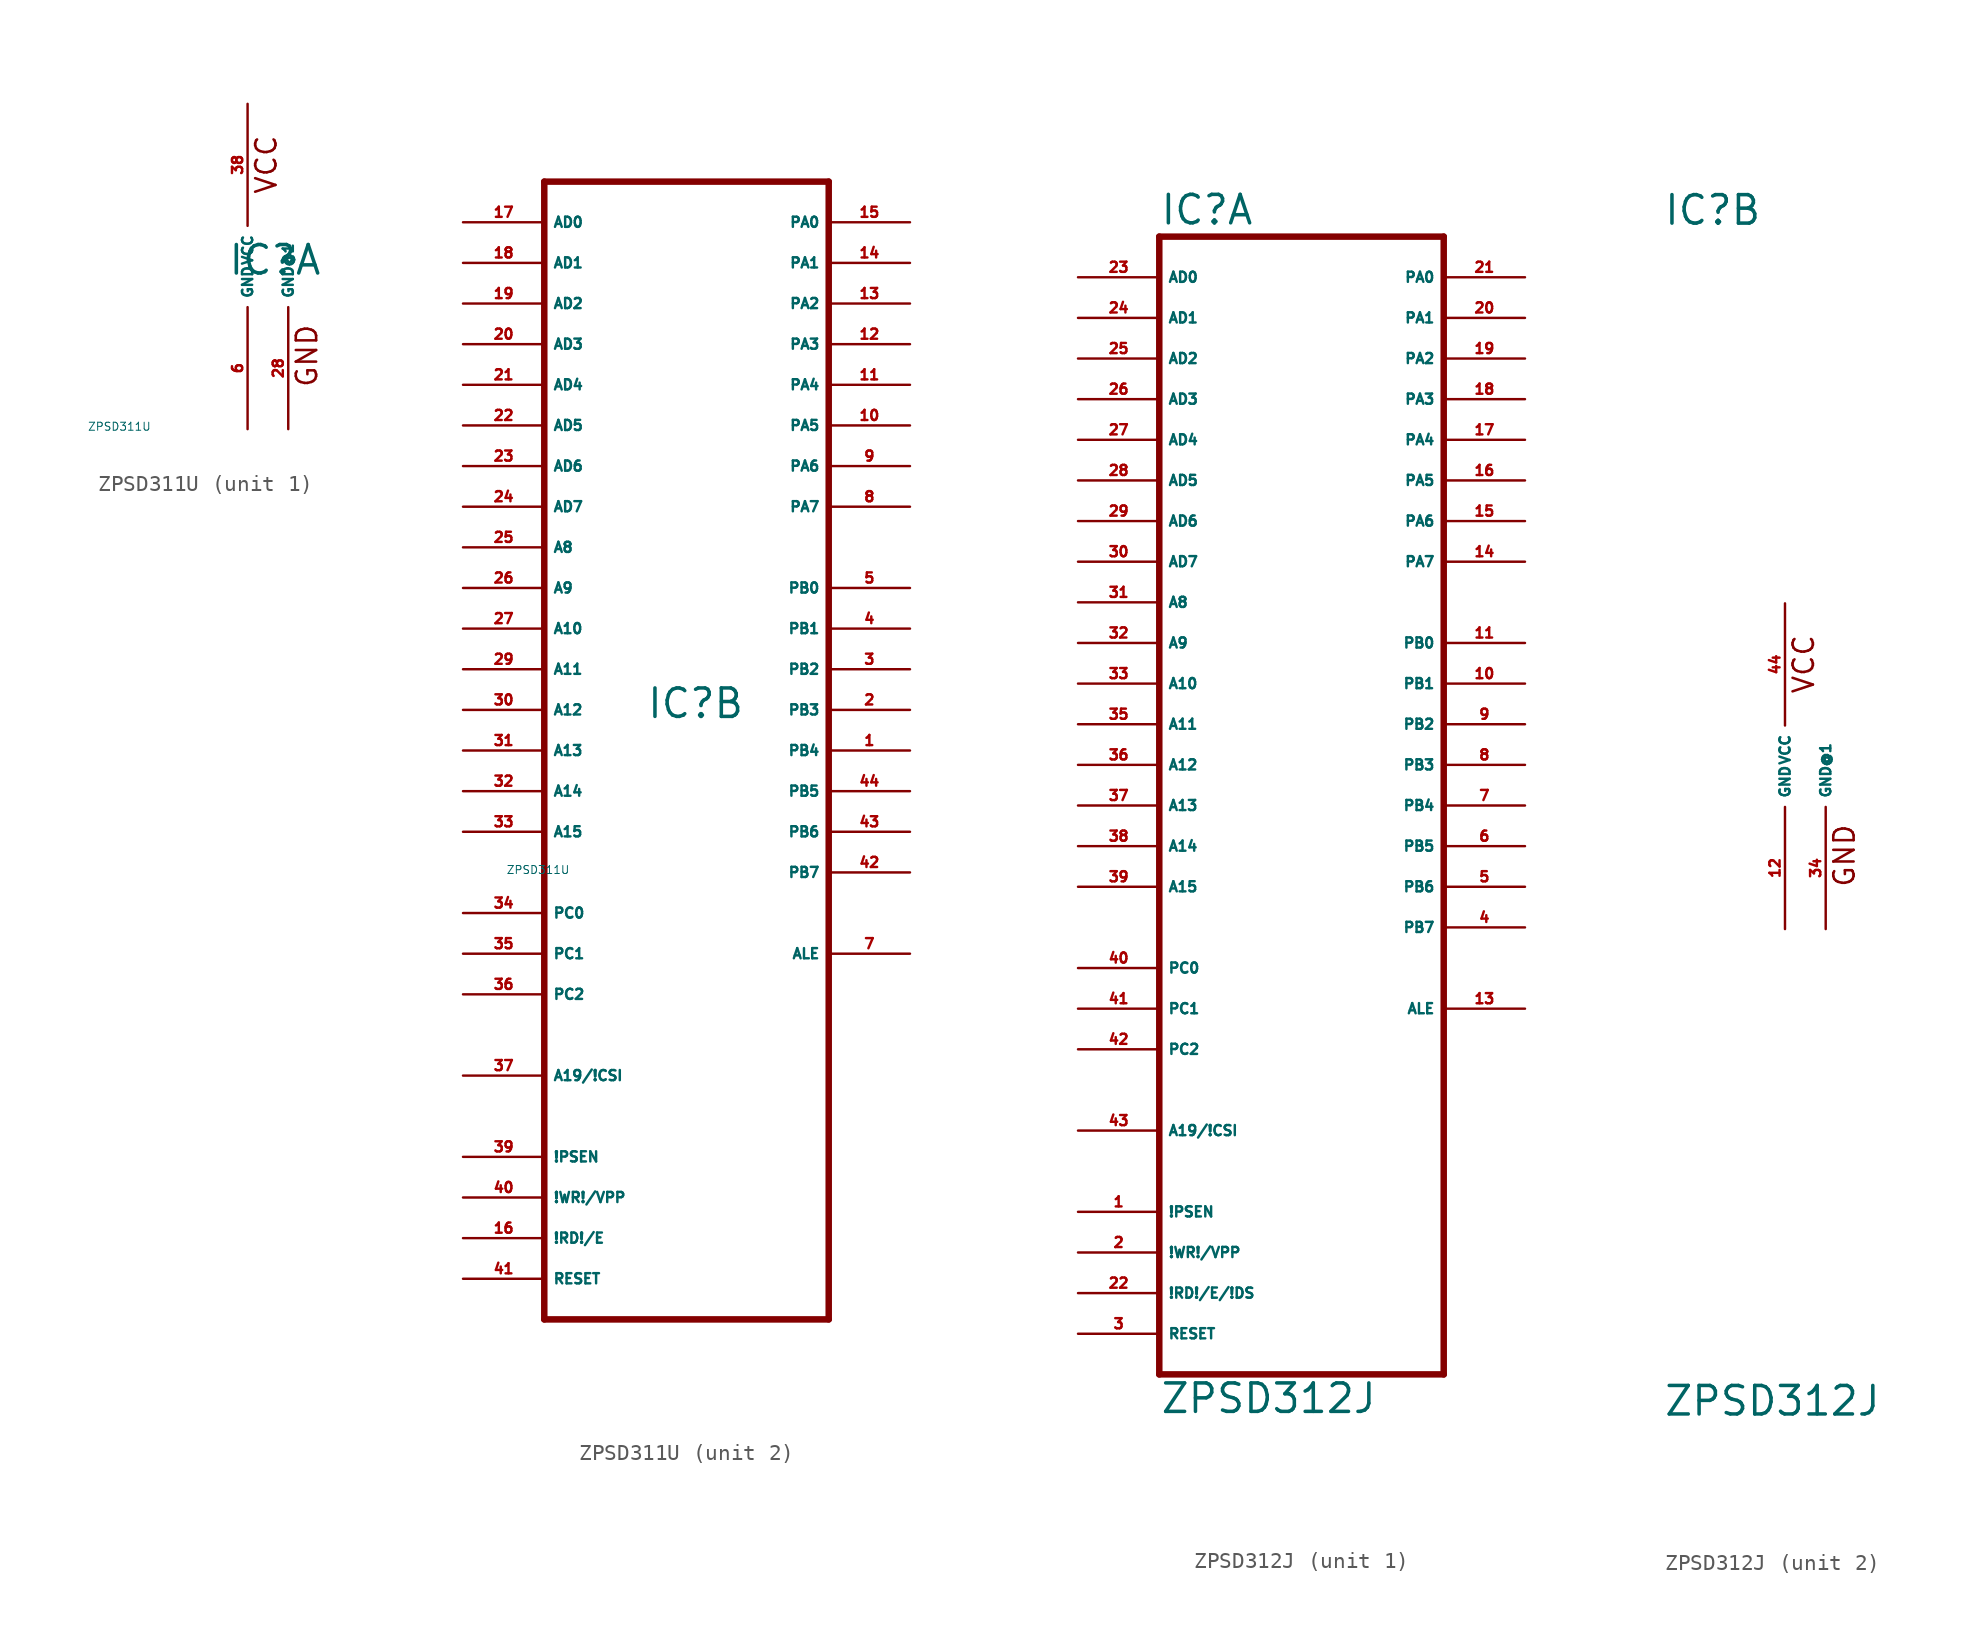
<source format=kicad_sym>
(kicad_symbol_lib
  (version 20220914)
  (generator Eagle2Kicad)
  (symbol "ZPSD311U"
    (property "Reference" "IC"
      (at -1.27 -0.635 0)
      (effects (font (size 1.778 1.778) (thickness 0.22)) (justify left bottom)))
    (property "Value" "ZPSD311U"
      (at -10 -10 0)
      (effects (font (size 0.5 0.5) (thickness 0.06)) (justify left)))
    (symbol "ZPSD311U_1_0"
      (text "VCC" (at 1.905 4.445 900) (effects (font (size 1.27 1.27) (thickness 0.16)) (justify left bottom)))
      (text "GND" (at 4.445 -7.62 900) (effects (font (size 1.27 1.27) (thickness 0.16)) (justify left bottom)))
      (pin unspecified line (at 0 10.16 270) (length 7.62) (name "VCC" (effects (font (size 0.635 0.635) (thickness 0.08)) (justify left bottom))) (number "38" (effects (font (size 0.635 0.635) (thickness 0.08)) (justify left bottom))))
      (pin unspecified line (at 0 -10.16 90) (length 7.62) (name "GND" (effects (font (size 0.635 0.635) (thickness 0.08)) (justify left bottom))) (number "6" (effects (font (size 0.635 0.635) (thickness 0.08)) (justify left bottom))))
      (pin unspecified line (at 2.54 -10.16 90) (length 7.62) (name "GND@1" (effects (font (size 0.635 0.635) (thickness 0.08)) (justify left bottom))) (number "28" (effects (font (size 0.635 0.635) (thickness 0.08)) (justify left bottom)))))
    (symbol "ZPSD311U_2_0"
      (polyline (pts (xy -7.62 -38.1) (xy 10.16 -38.1)) (stroke (width 0.406) (type default)) (fill (type none)))
      (polyline (pts (xy 10.16 -38.1) (xy 10.16 33.02)) (stroke (width 0.406) (type default)) (fill (type none)))
      (polyline (pts (xy 10.16 33.02) (xy -7.62 33.02)) (stroke (width 0.406) (type default)) (fill (type none)))
      (polyline (pts (xy -7.62 33.02) (xy -7.62 -38.1)) (stroke (width 0.406) (type default)) (fill (type none)))
      (pin input line (at -12.7 30.48 0) (length 5.08) (name "AD0" (effects (font (size 0.635 0.635) (thickness 0.08)) (justify left bottom))) (number "17" (effects (font (size 0.635 0.635) (thickness 0.08)) (justify left bottom))))
      (pin input line (at -12.7 27.94 0) (length 5.08) (name "AD1" (effects (font (size 0.635 0.635) (thickness 0.08)) (justify left bottom))) (number "18" (effects (font (size 0.635 0.635) (thickness 0.08)) (justify left bottom))))
      (pin input line (at -12.7 25.4 0) (length 5.08) (name "AD2" (effects (font (size 0.635 0.635) (thickness 0.08)) (justify left bottom))) (number "19" (effects (font (size 0.635 0.635) (thickness 0.08)) (justify left bottom))))
      (pin input line (at -12.7 22.86 0) (length 5.08) (name "AD3" (effects (font (size 0.635 0.635) (thickness 0.08)) (justify left bottom))) (number "20" (effects (font (size 0.635 0.635) (thickness 0.08)) (justify left bottom))))
      (pin input line (at -12.7 20.32 0) (length 5.08) (name "AD4" (effects (font (size 0.635 0.635) (thickness 0.08)) (justify left bottom))) (number "21" (effects (font (size 0.635 0.635) (thickness 0.08)) (justify left bottom))))
      (pin input line (at -12.7 17.78 0) (length 5.08) (name "AD5" (effects (font (size 0.635 0.635) (thickness 0.08)) (justify left bottom))) (number "22" (effects (font (size 0.635 0.635) (thickness 0.08)) (justify left bottom))))
      (pin input line (at -12.7 15.24 0) (length 5.08) (name "AD6" (effects (font (size 0.635 0.635) (thickness 0.08)) (justify left bottom))) (number "23" (effects (font (size 0.635 0.635) (thickness 0.08)) (justify left bottom))))
      (pin input line (at -12.7 12.7 0) (length 5.08) (name "AD7" (effects (font (size 0.635 0.635) (thickness 0.08)) (justify left bottom))) (number "24" (effects (font (size 0.635 0.635) (thickness 0.08)) (justify left bottom))))
      (pin input line (at -12.7 10.16 0) (length 5.08) (name "A8" (effects (font (size 0.635 0.635) (thickness 0.08)) (justify left bottom))) (number "25" (effects (font (size 0.635 0.635) (thickness 0.08)) (justify left bottom))))
      (pin input line (at -12.7 7.62 0) (length 5.08) (name "A9" (effects (font (size 0.635 0.635) (thickness 0.08)) (justify left bottom))) (number "26" (effects (font (size 0.635 0.635) (thickness 0.08)) (justify left bottom))))
      (pin input line (at -12.7 5.08 0) (length 5.08) (name "A10" (effects (font (size 0.635 0.635) (thickness 0.08)) (justify left bottom))) (number "27" (effects (font (size 0.635 0.635) (thickness 0.08)) (justify left bottom))))
      (pin input line (at -12.7 2.54 0) (length 5.08) (name "A11" (effects (font (size 0.635 0.635) (thickness 0.08)) (justify left bottom))) (number "29" (effects (font (size 0.635 0.635) (thickness 0.08)) (justify left bottom))))
      (pin input line (at -12.7 0 0) (length 5.08) (name "A12" (effects (font (size 0.635 0.635) (thickness 0.08)) (justify left bottom))) (number "30" (effects (font (size 0.635 0.635) (thickness 0.08)) (justify left bottom))))
      (pin input line (at -12.7 -2.54 0) (length 5.08) (name "A13" (effects (font (size 0.635 0.635) (thickness 0.08)) (justify left bottom))) (number "31" (effects (font (size 0.635 0.635) (thickness 0.08)) (justify left bottom))))
      (pin input line (at -12.7 -5.08 0) (length 5.08) (name "A14" (effects (font (size 0.635 0.635) (thickness 0.08)) (justify left bottom))) (number "32" (effects (font (size 0.635 0.635) (thickness 0.08)) (justify left bottom))))
      (pin input line (at -12.7 -7.62 0) (length 5.08) (name "A15" (effects (font (size 0.635 0.635) (thickness 0.08)) (justify left bottom))) (number "33" (effects (font (size 0.635 0.635) (thickness 0.08)) (justify left bottom))))
      (pin input line (at -12.7 -12.7 0) (length 5.08) (name "PC0" (effects (font (size 0.635 0.635) (thickness 0.08)) (justify left bottom))) (number "34" (effects (font (size 0.635 0.635) (thickness 0.08)) (justify left bottom))))
      (pin input line (at -12.7 -15.24 0) (length 5.08) (name "PC1" (effects (font (size 0.635 0.635) (thickness 0.08)) (justify left bottom))) (number "35" (effects (font (size 0.635 0.635) (thickness 0.08)) (justify left bottom))))
      (pin input line (at -12.7 -17.78 0) (length 5.08) (name "PC2" (effects (font (size 0.635 0.635) (thickness 0.08)) (justify left bottom))) (number "36" (effects (font (size 0.635 0.635) (thickness 0.08)) (justify left bottom))))
      (pin input line (at -12.7 -22.86 0) (length 5.08) (name "A19/!CSI" (effects (font (size 0.635 0.635) (thickness 0.08)) (justify left bottom))) (number "37" (effects (font (size 0.635 0.635) (thickness 0.08)) (justify left bottom))))
      (pin bidirectional line (at 15.24 30.48 180) (length 5.08) (name "PA0" (effects (font (size 0.635 0.635) (thickness 0.08)) (justify left bottom))) (number "15" (effects (font (size 0.635 0.635) (thickness 0.08)) (justify left bottom))))
      (pin bidirectional line (at 15.24 27.94 180) (length 5.08) (name "PA1" (effects (font (size 0.635 0.635) (thickness 0.08)) (justify left bottom))) (number "14" (effects (font (size 0.635 0.635) (thickness 0.08)) (justify left bottom))))
      (pin bidirectional line (at 15.24 25.4 180) (length 5.08) (name "PA2" (effects (font (size 0.635 0.635) (thickness 0.08)) (justify left bottom))) (number "13" (effects (font (size 0.635 0.635) (thickness 0.08)) (justify left bottom))))
      (pin bidirectional line (at 15.24 22.86 180) (length 5.08) (name "PA3" (effects (font (size 0.635 0.635) (thickness 0.08)) (justify left bottom))) (number "12" (effects (font (size 0.635 0.635) (thickness 0.08)) (justify left bottom))))
      (pin bidirectional line (at 15.24 20.32 180) (length 5.08) (name "PA4" (effects (font (size 0.635 0.635) (thickness 0.08)) (justify left bottom))) (number "11" (effects (font (size 0.635 0.635) (thickness 0.08)) (justify left bottom))))
      (pin bidirectional line (at 15.24 17.78 180) (length 5.08) (name "PA5" (effects (font (size 0.635 0.635) (thickness 0.08)) (justify left bottom))) (number "10" (effects (font (size 0.635 0.635) (thickness 0.08)) (justify left bottom))))
      (pin bidirectional line (at 15.24 15.24 180) (length 5.08) (name "PA6" (effects (font (size 0.635 0.635) (thickness 0.08)) (justify left bottom))) (number "9" (effects (font (size 0.635 0.635) (thickness 0.08)) (justify left bottom))))
      (pin bidirectional line (at 15.24 12.7 180) (length 5.08) (name "PA7" (effects (font (size 0.635 0.635) (thickness 0.08)) (justify left bottom))) (number "8" (effects (font (size 0.635 0.635) (thickness 0.08)) (justify left bottom))))
      (pin output line (at 15.24 7.62 180) (length 5.08) (name "PB0" (effects (font (size 0.635 0.635) (thickness 0.08)) (justify left bottom))) (number "5" (effects (font (size 0.635 0.635) (thickness 0.08)) (justify left bottom))))
      (pin output line (at 15.24 5.08 180) (length 5.08) (name "PB1" (effects (font (size 0.635 0.635) (thickness 0.08)) (justify left bottom))) (number "4" (effects (font (size 0.635 0.635) (thickness 0.08)) (justify left bottom))))
      (pin output line (at 15.24 2.54 180) (length 5.08) (name "PB2" (effects (font (size 0.635 0.635) (thickness 0.08)) (justify left bottom))) (number "3" (effects (font (size 0.635 0.635) (thickness 0.08)) (justify left bottom))))
      (pin output line (at 15.24 0 180) (length 5.08) (name "PB3" (effects (font (size 0.635 0.635) (thickness 0.08)) (justify left bottom))) (number "2" (effects (font (size 0.635 0.635) (thickness 0.08)) (justify left bottom))))
      (pin output line (at 15.24 -2.54 180) (length 5.08) (name "PB4" (effects (font (size 0.635 0.635) (thickness 0.08)) (justify left bottom))) (number "1" (effects (font (size 0.635 0.635) (thickness 0.08)) (justify left bottom))))
      (pin output line (at 15.24 -5.08 180) (length 5.08) (name "PB5" (effects (font (size 0.635 0.635) (thickness 0.08)) (justify left bottom))) (number "44" (effects (font (size 0.635 0.635) (thickness 0.08)) (justify left bottom))))
      (pin output line (at 15.24 -7.62 180) (length 5.08) (name "PB6" (effects (font (size 0.635 0.635) (thickness 0.08)) (justify left bottom))) (number "43" (effects (font (size 0.635 0.635) (thickness 0.08)) (justify left bottom))))
      (pin output line (at 15.24 -10.16 180) (length 5.08) (name "PB7" (effects (font (size 0.635 0.635) (thickness 0.08)) (justify left bottom))) (number "42" (effects (font (size 0.635 0.635) (thickness 0.08)) (justify left bottom))))
      (pin output line (at 15.24 -15.24 180) (length 5.08) (name "ALE" (effects (font (size 0.635 0.635) (thickness 0.08)) (justify left bottom))) (number "7" (effects (font (size 0.635 0.635) (thickness 0.08)) (justify left bottom))))
      (pin input line (at -12.7 -27.94 0) (length 5.08) (name "!PSEN" (effects (font (size 0.635 0.635) (thickness 0.08)) (justify left bottom))) (number "39" (effects (font (size 0.635 0.635) (thickness 0.08)) (justify left bottom))))
      (pin input line (at -12.7 -30.48 0) (length 5.08) (name "!WR!/VPP" (effects (font (size 0.635 0.635) (thickness 0.08)) (justify left bottom))) (number "40" (effects (font (size 0.635 0.635) (thickness 0.08)) (justify left bottom))))
      (pin input line (at -12.7 -33.02 0) (length 5.08) (name "!RD!/E" (effects (font (size 0.635 0.635) (thickness 0.08)) (justify left bottom))) (number "16" (effects (font (size 0.635 0.635) (thickness 0.08)) (justify left bottom))))
      (pin input line (at -12.7 -35.56 0) (length 5.08) (name "RESET" (effects (font (size 0.635 0.635) (thickness 0.08)) (justify left bottom))) (number "41" (effects (font (size 0.635 0.635) (thickness 0.08)) (justify left bottom))))))
  (symbol "ZPSD312J"
    (property "Reference" "IC"
      (at -7.62 33.655 0)
      (effects (font (size 1.778 1.778) (thickness 0.22)) (justify left bottom)))
    (property "Value" "ZPSD312J"
      (at -7.62 -40.64 0)
      (effects (font (size 1.778 1.778) (thickness 0.22)) (justify left bottom)))
    (symbol "ZPSD312J_1_0"
      (polyline (pts (xy -7.62 -38.1) (xy 10.16 -38.1)) (stroke (width 0.406) (type default)) (fill (type none)))
      (polyline (pts (xy 10.16 -38.1) (xy 10.16 33.02)) (stroke (width 0.406) (type default)) (fill (type none)))
      (polyline (pts (xy 10.16 33.02) (xy -7.62 33.02)) (stroke (width 0.406) (type default)) (fill (type none)))
      (polyline (pts (xy -7.62 33.02) (xy -7.62 -38.1)) (stroke (width 0.406) (type default)) (fill (type none)))
      (pin input line (at -12.7 30.48 0) (length 5.08) (name "AD0" (effects (font (size 0.635 0.635) (thickness 0.08)) (justify left bottom))) (number "23" (effects (font (size 0.635 0.635) (thickness 0.08)) (justify left bottom))))
      (pin input line (at -12.7 27.94 0) (length 5.08) (name "AD1" (effects (font (size 0.635 0.635) (thickness 0.08)) (justify left bottom))) (number "24" (effects (font (size 0.635 0.635) (thickness 0.08)) (justify left bottom))))
      (pin input line (at -12.7 25.4 0) (length 5.08) (name "AD2" (effects (font (size 0.635 0.635) (thickness 0.08)) (justify left bottom))) (number "25" (effects (font (size 0.635 0.635) (thickness 0.08)) (justify left bottom))))
      (pin input line (at -12.7 22.86 0) (length 5.08) (name "AD3" (effects (font (size 0.635 0.635) (thickness 0.08)) (justify left bottom))) (number "26" (effects (font (size 0.635 0.635) (thickness 0.08)) (justify left bottom))))
      (pin input line (at -12.7 20.32 0) (length 5.08) (name "AD4" (effects (font (size 0.635 0.635) (thickness 0.08)) (justify left bottom))) (number "27" (effects (font (size 0.635 0.635) (thickness 0.08)) (justify left bottom))))
      (pin input line (at -12.7 17.78 0) (length 5.08) (name "AD5" (effects (font (size 0.635 0.635) (thickness 0.08)) (justify left bottom))) (number "28" (effects (font (size 0.635 0.635) (thickness 0.08)) (justify left bottom))))
      (pin input line (at -12.7 15.24 0) (length 5.08) (name "AD6" (effects (font (size 0.635 0.635) (thickness 0.08)) (justify left bottom))) (number "29" (effects (font (size 0.635 0.635) (thickness 0.08)) (justify left bottom))))
      (pin input line (at -12.7 12.7 0) (length 5.08) (name "AD7" (effects (font (size 0.635 0.635) (thickness 0.08)) (justify left bottom))) (number "30" (effects (font (size 0.635 0.635) (thickness 0.08)) (justify left bottom))))
      (pin input line (at -12.7 10.16 0) (length 5.08) (name "A8" (effects (font (size 0.635 0.635) (thickness 0.08)) (justify left bottom))) (number "31" (effects (font (size 0.635 0.635) (thickness 0.08)) (justify left bottom))))
      (pin input line (at -12.7 7.62 0) (length 5.08) (name "A9" (effects (font (size 0.635 0.635) (thickness 0.08)) (justify left bottom))) (number "32" (effects (font (size 0.635 0.635) (thickness 0.08)) (justify left bottom))))
      (pin input line (at -12.7 5.08 0) (length 5.08) (name "A10" (effects (font (size 0.635 0.635) (thickness 0.08)) (justify left bottom))) (number "33" (effects (font (size 0.635 0.635) (thickness 0.08)) (justify left bottom))))
      (pin input line (at -12.7 2.54 0) (length 5.08) (name "A11" (effects (font (size 0.635 0.635) (thickness 0.08)) (justify left bottom))) (number "35" (effects (font (size 0.635 0.635) (thickness 0.08)) (justify left bottom))))
      (pin input line (at -12.7 0 0) (length 5.08) (name "A12" (effects (font (size 0.635 0.635) (thickness 0.08)) (justify left bottom))) (number "36" (effects (font (size 0.635 0.635) (thickness 0.08)) (justify left bottom))))
      (pin input line (at -12.7 -2.54 0) (length 5.08) (name "A13" (effects (font (size 0.635 0.635) (thickness 0.08)) (justify left bottom))) (number "37" (effects (font (size 0.635 0.635) (thickness 0.08)) (justify left bottom))))
      (pin input line (at -12.7 -5.08 0) (length 5.08) (name "A14" (effects (font (size 0.635 0.635) (thickness 0.08)) (justify left bottom))) (number "38" (effects (font (size 0.635 0.635) (thickness 0.08)) (justify left bottom))))
      (pin input line (at -12.7 -7.62 0) (length 5.08) (name "A15" (effects (font (size 0.635 0.635) (thickness 0.08)) (justify left bottom))) (number "39" (effects (font (size 0.635 0.635) (thickness 0.08)) (justify left bottom))))
      (pin input line (at -12.7 -12.7 0) (length 5.08) (name "PC0" (effects (font (size 0.635 0.635) (thickness 0.08)) (justify left bottom))) (number "40" (effects (font (size 0.635 0.635) (thickness 0.08)) (justify left bottom))))
      (pin input line (at -12.7 -15.24 0) (length 5.08) (name "PC1" (effects (font (size 0.635 0.635) (thickness 0.08)) (justify left bottom))) (number "41" (effects (font (size 0.635 0.635) (thickness 0.08)) (justify left bottom))))
      (pin input line (at -12.7 -17.78 0) (length 5.08) (name "PC2" (effects (font (size 0.635 0.635) (thickness 0.08)) (justify left bottom))) (number "42" (effects (font (size 0.635 0.635) (thickness 0.08)) (justify left bottom))))
      (pin input line (at -12.7 -22.86 0) (length 5.08) (name "A19/!CSI" (effects (font (size 0.635 0.635) (thickness 0.08)) (justify left bottom))) (number "43" (effects (font (size 0.635 0.635) (thickness 0.08)) (justify left bottom))))
      (pin bidirectional line (at 15.24 30.48 180) (length 5.08) (name "PA0" (effects (font (size 0.635 0.635) (thickness 0.08)) (justify left bottom))) (number "21" (effects (font (size 0.635 0.635) (thickness 0.08)) (justify left bottom))))
      (pin bidirectional line (at 15.24 27.94 180) (length 5.08) (name "PA1" (effects (font (size 0.635 0.635) (thickness 0.08)) (justify left bottom))) (number "20" (effects (font (size 0.635 0.635) (thickness 0.08)) (justify left bottom))))
      (pin bidirectional line (at 15.24 25.4 180) (length 5.08) (name "PA2" (effects (font (size 0.635 0.635) (thickness 0.08)) (justify left bottom))) (number "19" (effects (font (size 0.635 0.635) (thickness 0.08)) (justify left bottom))))
      (pin bidirectional line (at 15.24 22.86 180) (length 5.08) (name "PA3" (effects (font (size 0.635 0.635) (thickness 0.08)) (justify left bottom))) (number "18" (effects (font (size 0.635 0.635) (thickness 0.08)) (justify left bottom))))
      (pin bidirectional line (at 15.24 20.32 180) (length 5.08) (name "PA4" (effects (font (size 0.635 0.635) (thickness 0.08)) (justify left bottom))) (number "17" (effects (font (size 0.635 0.635) (thickness 0.08)) (justify left bottom))))
      (pin bidirectional line (at 15.24 17.78 180) (length 5.08) (name "PA5" (effects (font (size 0.635 0.635) (thickness 0.08)) (justify left bottom))) (number "16" (effects (font (size 0.635 0.635) (thickness 0.08)) (justify left bottom))))
      (pin bidirectional line (at 15.24 15.24 180) (length 5.08) (name "PA6" (effects (font (size 0.635 0.635) (thickness 0.08)) (justify left bottom))) (number "15" (effects (font (size 0.635 0.635) (thickness 0.08)) (justify left bottom))))
      (pin bidirectional line (at 15.24 12.7 180) (length 5.08) (name "PA7" (effects (font (size 0.635 0.635) (thickness 0.08)) (justify left bottom))) (number "14" (effects (font (size 0.635 0.635) (thickness 0.08)) (justify left bottom))))
      (pin output line (at 15.24 7.62 180) (length 5.08) (name "PB0" (effects (font (size 0.635 0.635) (thickness 0.08)) (justify left bottom))) (number "11" (effects (font (size 0.635 0.635) (thickness 0.08)) (justify left bottom))))
      (pin output line (at 15.24 5.08 180) (length 5.08) (name "PB1" (effects (font (size 0.635 0.635) (thickness 0.08)) (justify left bottom))) (number "10" (effects (font (size 0.635 0.635) (thickness 0.08)) (justify left bottom))))
      (pin output line (at 15.24 2.54 180) (length 5.08) (name "PB2" (effects (font (size 0.635 0.635) (thickness 0.08)) (justify left bottom))) (number "9" (effects (font (size 0.635 0.635) (thickness 0.08)) (justify left bottom))))
      (pin output line (at 15.24 0 180) (length 5.08) (name "PB3" (effects (font (size 0.635 0.635) (thickness 0.08)) (justify left bottom))) (number "8" (effects (font (size 0.635 0.635) (thickness 0.08)) (justify left bottom))))
      (pin output line (at 15.24 -2.54 180) (length 5.08) (name "PB4" (effects (font (size 0.635 0.635) (thickness 0.08)) (justify left bottom))) (number "7" (effects (font (size 0.635 0.635) (thickness 0.08)) (justify left bottom))))
      (pin output line (at 15.24 -5.08 180) (length 5.08) (name "PB5" (effects (font (size 0.635 0.635) (thickness 0.08)) (justify left bottom))) (number "6" (effects (font (size 0.635 0.635) (thickness 0.08)) (justify left bottom))))
      (pin output line (at 15.24 -7.62 180) (length 5.08) (name "PB6" (effects (font (size 0.635 0.635) (thickness 0.08)) (justify left bottom))) (number "5" (effects (font (size 0.635 0.635) (thickness 0.08)) (justify left bottom))))
      (pin output line (at 15.24 -10.16 180) (length 5.08) (name "PB7" (effects (font (size 0.635 0.635) (thickness 0.08)) (justify left bottom))) (number "4" (effects (font (size 0.635 0.635) (thickness 0.08)) (justify left bottom))))
      (pin output line (at 15.24 -15.24 180) (length 5.08) (name "ALE" (effects (font (size 0.635 0.635) (thickness 0.08)) (justify left bottom))) (number "13" (effects (font (size 0.635 0.635) (thickness 0.08)) (justify left bottom))))
      (pin input line (at -12.7 -27.94 0) (length 5.08) (name "!PSEN" (effects (font (size 0.635 0.635) (thickness 0.08)) (justify left bottom))) (number "1" (effects (font (size 0.635 0.635) (thickness 0.08)) (justify left bottom))))
      (pin input line (at -12.7 -30.48 0) (length 5.08) (name "!WR!/VPP" (effects (font (size 0.635 0.635) (thickness 0.08)) (justify left bottom))) (number "2" (effects (font (size 0.635 0.635) (thickness 0.08)) (justify left bottom))))
      (pin input line (at -12.7 -33.02 0) (length 5.08) (name "!RD!/E/!DS" (effects (font (size 0.635 0.635) (thickness 0.08)) (justify left bottom))) (number "22" (effects (font (size 0.635 0.635) (thickness 0.08)) (justify left bottom))))
      (pin input line (at -12.7 -35.56 0) (length 5.08) (name "RESET" (effects (font (size 0.635 0.635) (thickness 0.08)) (justify left bottom))) (number "3" (effects (font (size 0.635 0.635) (thickness 0.08)) (justify left bottom)))))
    (symbol "ZPSD312J_2_0"
      (text "VCC" (at 1.905 4.445 900) (effects (font (size 1.27 1.27) (thickness 0.16)) (justify left bottom)))
      (text "GND" (at 4.445 -7.62 900) (effects (font (size 1.27 1.27) (thickness 0.16)) (justify left bottom)))
      (pin unspecified line (at 0 10.16 270) (length 7.62) (name "VCC" (effects (font (size 0.635 0.635) (thickness 0.08)) (justify left bottom))) (number "44" (effects (font (size 0.635 0.635) (thickness 0.08)) (justify left bottom))))
      (pin unspecified line (at 0 -10.16 90) (length 7.62) (name "GND" (effects (font (size 0.635 0.635) (thickness 0.08)) (justify left bottom))) (number "12" (effects (font (size 0.635 0.635) (thickness 0.08)) (justify left bottom))))
      (pin unspecified line (at 2.54 -10.16 90) (length 7.62) (name "GND@1" (effects (font (size 0.635 0.635) (thickness 0.08)) (justify left bottom))) (number "34" (effects (font (size 0.635 0.635) (thickness 0.08)) (justify left bottom)))))))
</source>
